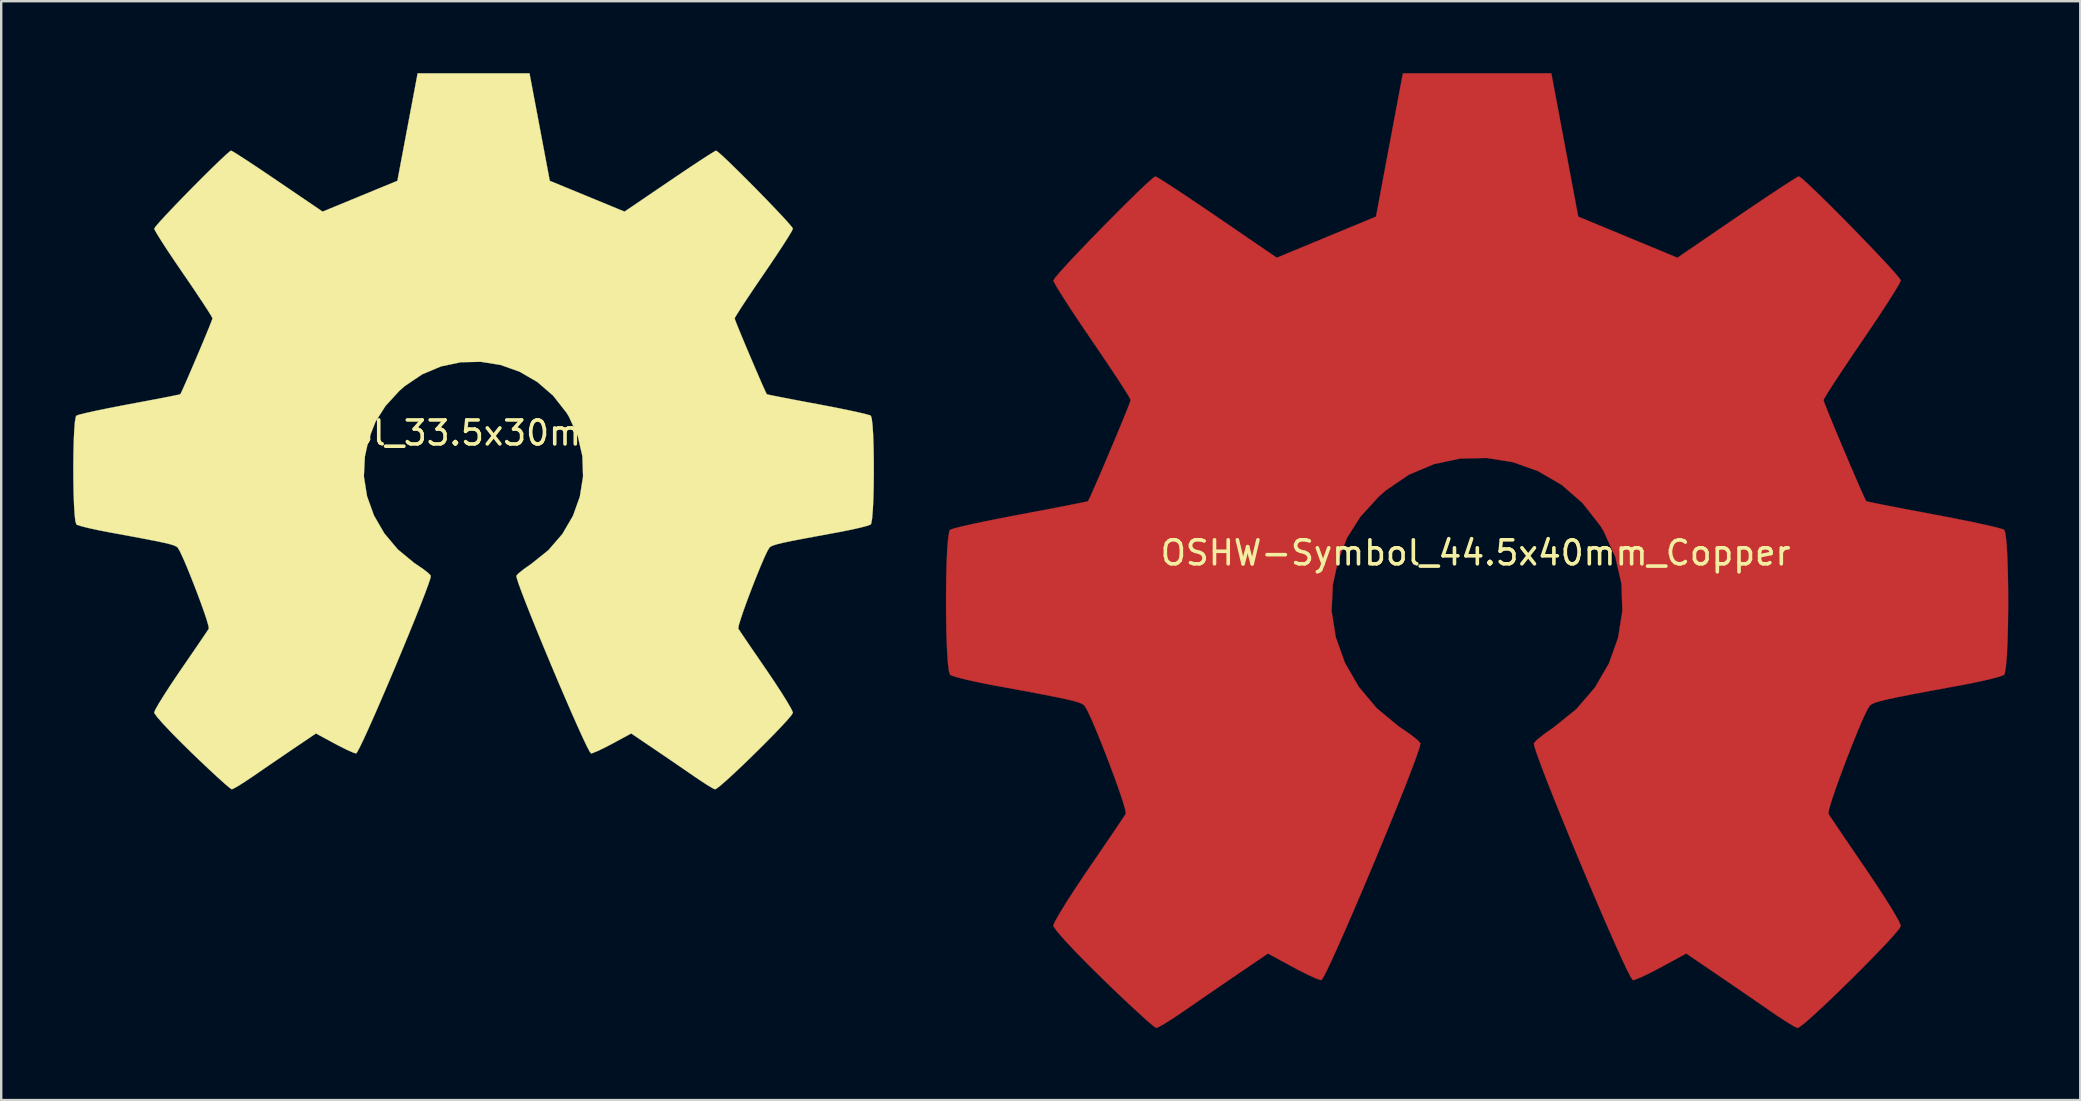
<source format=kicad_pcb>
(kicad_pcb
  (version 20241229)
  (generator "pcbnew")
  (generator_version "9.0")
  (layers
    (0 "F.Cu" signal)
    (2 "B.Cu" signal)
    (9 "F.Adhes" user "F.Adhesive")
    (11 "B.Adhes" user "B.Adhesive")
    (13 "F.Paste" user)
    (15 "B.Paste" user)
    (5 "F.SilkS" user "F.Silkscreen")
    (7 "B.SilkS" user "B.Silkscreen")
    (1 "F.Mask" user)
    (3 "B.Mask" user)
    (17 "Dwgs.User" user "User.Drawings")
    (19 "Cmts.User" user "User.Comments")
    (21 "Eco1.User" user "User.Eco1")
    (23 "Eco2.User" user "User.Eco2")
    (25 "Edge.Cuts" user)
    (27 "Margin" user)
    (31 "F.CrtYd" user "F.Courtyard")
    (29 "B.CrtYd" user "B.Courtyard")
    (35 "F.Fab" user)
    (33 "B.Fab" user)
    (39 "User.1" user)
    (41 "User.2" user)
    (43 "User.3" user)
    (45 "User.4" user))
  (footprint "OSHW-Symbol_44.5x40mm_Copper"
    (layer "F.Cu")
    (at 58.439 19.989)
    (property "Reference" "OSHW-Symbol_44.5x40mm_Copper" (at 0 0 0) (layer "F.SilkS") (effects (font (size 1 1) (thickness 0.15))))
    (attr exclude_from_pos_files exclude_from_bom)
    (fp_poly (pts (xy 3.714 -16.998) (xy 4.275 -14.012) (xy 6.342 -13.156) (xy 8.409 -12.299) (xy 10.888 -13.994) (xy 11.583 -14.466) (xy 12.21 -14.887) (xy 12.742 -15.238) (xy 13.148 -15.501) (xy 13.4 -15.655) (xy 13.469 -15.688) (xy 13.592 -15.603) (xy 13.857 -15.366) (xy 14.231 -15.009) (xy 14.688 -14.562) (xy 15.196 -14.054) (xy 15.726 -13.516) (xy 16.248 -12.978) (xy 16.733 -12.47) (xy 17.152 -12.023) (xy 17.475 -11.666) (xy 17.671 -11.431) (xy 17.718 -11.352) (xy 17.65 -11.207) (xy 17.461 -10.888) (xy 17.169 -10.428) (xy 16.796 -9.857) (xy 16.36 -9.207) (xy 16.107 -8.835) (xy 15.647 -8.158) (xy 15.238 -7.546) (xy 14.9 -7.032) (xy 14.653 -6.644) (xy 14.517 -6.413) (xy 14.497 -6.365) (xy 14.543 -6.227) (xy 14.669 -5.906) (xy 14.857 -5.448) (xy 15.086 -4.896) (xy 15.338 -4.296) (xy 15.594 -3.694) (xy 15.834 -3.134) (xy 16.04 -2.661) (xy 16.193 -2.322) (xy 16.273 -2.159) (xy 16.278 -2.153) (xy 16.403 -2.122) (xy 16.738 -2.053) (xy 17.247 -1.952) (xy 17.896 -1.827) (xy 18.65 -1.685) (xy 19.089 -1.602) (xy 19.895 -1.448) (xy 20.622 -1.302) (xy 21.235 -1.17) (xy 21.696 -1.063) (xy 21.969 -0.987) (xy 22.024 -0.963) (xy 22.077 -0.799) (xy 22.121 -0.43) (xy 22.154 0.101) (xy 22.176 0.752) (xy 22.189 1.479) (xy 22.191 2.239) (xy 22.183 2.989) (xy 22.165 3.686) (xy 22.136 4.286) (xy 22.097 4.747) (xy 22.049 5.025) (xy 22.02 5.082) (xy 21.845 5.152) (xy 21.475 5.251) (xy 20.958 5.368) (xy 20.344 5.492) (xy 20.13 5.532) (xy 19.097 5.722) (xy 18.28 5.875) (xy 17.654 5.998) (xy 17.191 6.095) (xy 16.864 6.174) (xy 16.646 6.24) (xy 16.511 6.299) (xy 16.431 6.358) (xy 16.42 6.37) (xy 16.308 6.557) (xy 16.137 6.922) (xy 15.924 7.419) (xy 15.687 8.005) (xy 15.441 8.634) (xy 15.206 9.261) (xy 14.996 9.843) (xy 14.831 10.334) (xy 14.726 10.689) (xy 14.698 10.865) (xy 14.7 10.871) (xy 14.794 11.014) (xy 15.005 11.33) (xy 15.313 11.785) (xy 15.695 12.346) (xy 16.128 12.981) (xy 16.252 13.162) (xy 16.692 13.816) (xy 17.079 14.413) (xy 17.393 14.918) (xy 17.611 15.298) (xy 17.713 15.517) (xy 17.718 15.544) (xy 17.632 15.686) (xy 17.395 15.966) (xy 17.037 16.356) (xy 16.588 16.824) (xy 16.08 17.34) (xy 15.542 17.875) (xy 15.005 18.398) (xy 14.5 18.879) (xy 14.057 19.288) (xy 13.706 19.595) (xy 13.479 19.769) (xy 13.416 19.797) (xy 13.27 19.73) (xy 12.97 19.549) (xy 12.566 19.286) (xy 12.255 19.073) (xy 11.692 18.684) (xy 11.024 18.225) (xy 10.355 17.767) (xy 9.995 17.522) (xy 8.777 16.694) (xy 7.755 17.249) (xy 7.289 17.493) (xy 6.893 17.682) (xy 6.625 17.79) (xy 6.557 17.805) (xy 6.475 17.694) (xy 6.313 17.381) (xy 6.083 16.894) (xy 5.798 16.263) (xy 5.469 15.516) (xy 5.109 14.682) (xy 4.729 13.79) (xy 4.342 12.869) (xy 3.96 11.949) (xy 3.595 11.056) (xy 3.258 10.222) (xy 2.963 9.474) (xy 2.721 8.841) (xy 2.544 8.353) (xy 2.444 8.038) (xy 2.428 7.93) (xy 2.555 7.792) (xy 2.834 7.568) (xy 3.206 7.305) (xy 3.237 7.284) (xy 4.199 6.51) (xy 4.974 5.608) (xy 5.556 4.606) (xy 5.939 3.532) (xy 6.115 2.416) (xy 6.079 1.286) (xy 5.822 0.172) (xy 5.339 -0.898) (xy 5.197 -1.132) (xy 4.457 -2.077) (xy 3.584 -2.836) (xy 2.607 -3.405) (xy 1.556 -3.78) (xy 0.462 -3.956) (xy -0.646 -3.931) (xy -1.736 -3.7) (xy -2.78 -3.259) (xy -3.745 -2.604) (xy -4.044 -2.338) (xy -4.804 -1.506) (xy -5.358 -0.63) (xy -5.738 0.351) (xy -5.95 1.324) (xy -6.002 2.417) (xy -5.828 3.515) (xy -5.445 4.582) (xy -4.871 5.58) (xy -4.123 6.472) (xy -3.22 7.221) (xy -3.102 7.3) (xy -2.726 7.559) (xy -2.44 7.783) (xy -2.303 7.926) (xy -2.301 7.93) (xy -2.33 8.085) (xy -2.447 8.436) (xy -2.638 8.955) (xy -2.892 9.612) (xy -3.197 10.379) (xy -3.54 11.227) (xy -3.91 12.127) (xy -4.294 13.05) (xy -4.681 13.967) (xy -5.058 14.85) (xy -5.413 15.669) (xy -5.734 16.396) (xy -6.009 17.001) (xy -6.226 17.456) (xy -6.374 17.732) (xy -6.433 17.805) (xy -6.614 17.748) (xy -6.952 17.597) (xy -7.39 17.378) (xy -7.631 17.249) (xy -8.653 16.694) (xy -9.871 17.522) (xy -10.493 17.946) (xy -11.174 18.413) (xy -11.812 18.852) (xy -12.131 19.073) (xy -12.581 19.377) (xy -12.961 19.617) (xy -13.223 19.764) (xy -13.308 19.795) (xy -13.432 19.711) (xy -13.706 19.477) (xy -14.104 19.117) (xy -14.599 18.656) (xy -15.165 18.117) (xy -15.522 17.772) (xy -16.148 17.154) (xy -16.689 16.601) (xy -17.123 16.137) (xy -17.428 15.786) (xy -17.583 15.571) (xy -17.598 15.527) (xy -17.529 15.361) (xy -17.338 15.026) (xy -17.048 14.554) (xy -16.678 13.981) (xy -16.25 13.34) (xy -16.128 13.162) (xy -15.684 12.512) (xy -15.286 11.928) (xy -14.956 11.441) (xy -14.716 11.084) (xy -14.589 10.891) (xy -14.576 10.871) (xy -14.595 10.717) (xy -14.693 10.378) (xy -14.853 9.899) (xy -15.058 9.325) (xy -15.292 8.7) (xy -15.537 8.069) (xy -15.776 7.477) (xy -15.992 6.968) (xy -16.168 6.588) (xy -16.287 6.38) (xy -16.296 6.37) (xy -16.368 6.31) (xy -16.491 6.251) (xy -16.691 6.187) (xy -16.995 6.111) (xy -17.43 6.018) (xy -18.024 5.901) (xy -18.802 5.754) (xy -19.792 5.571) (xy -20.006 5.532) (xy -20.641 5.409) (xy -21.195 5.288) (xy -21.619 5.182) (xy -21.863 5.101) (xy -21.896 5.082) (xy -21.95 4.916) (xy -21.993 4.545) (xy -22.027 4.012) (xy -22.051 3.36) (xy -22.064 2.632) (xy -22.067 1.872) (xy -22.06 1.122) (xy -22.043 0.427) (xy -22.015 -0.172) (xy -21.977 -0.631) (xy -21.929 -0.906) (xy -21.9 -0.963) (xy -21.738 -1.019) (xy -21.368 -1.112) (xy -20.828 -1.232) (xy -20.155 -1.372) (xy -19.385 -1.523) (xy -18.965 -1.602) (xy -18.169 -1.752) (xy -17.46 -1.887) (xy -16.871 -2.002) (xy -16.437 -2.089) (xy -16.194 -2.141) (xy -16.154 -2.153) (xy -16.086 -2.284) (xy -15.943 -2.6) (xy -15.744 -3.056) (xy -15.507 -3.606) (xy -15.253 -4.205) (xy -14.999 -4.809) (xy -14.765 -5.372) (xy -14.57 -5.848) (xy -14.433 -6.194) (xy -14.374 -6.363) (xy -14.373 -6.371) (xy -14.44 -6.504) (xy -14.63 -6.811) (xy -14.921 -7.262) (xy -15.295 -7.825) (xy -15.73 -8.47) (xy -15.983 -8.84) (xy -16.445 -9.52) (xy -16.855 -10.136) (xy -17.193 -10.66) (xy -17.44 -11.058) (xy -17.575 -11.299) (xy -17.594 -11.354) (xy -17.51 -11.48) (xy -17.278 -11.749) (xy -16.928 -12.132) (xy -16.489 -12.597) (xy -15.991 -13.116) (xy -15.464 -13.656) (xy -14.936 -14.189) (xy -14.438 -14.684) (xy -14 -15.111) (xy -13.651 -15.44) (xy -13.42 -15.64) (xy -13.342 -15.688) (xy -13.217 -15.621) (xy -12.916 -15.432) (xy -12.469 -15.141) (xy -11.906 -14.766) (xy -11.255 -14.328) (xy -10.764 -13.994) (xy -8.285 -12.299) (xy -6.218 -13.156) (xy -4.151 -14.012) (xy -3.591 -16.998) (xy -3.03 -19.984) (xy 3.154 -19.984) (xy 3.714 -16.998)) (stroke (width 0.01) (type solid)) (fill yes) (layer "F.Cu")))
  (footprint "OSHW-Symbol_33.5x30mm_SilkScreen"
    (layer "F.Cu")
    (at 16.637 14.993)
    (property "Reference" "OSHW-Symbol_33.5x30mm_SilkScreen" (at 0 0 0) (layer "F.SilkS") (effects (font (size 1 1) (thickness 0.15))))
    (attr exclude_from_pos_files exclude_from_bom)
    (fp_poly (pts (xy 2.8 -12.748) (xy 3.222 -10.509) (xy 4.779 -9.867) (xy 6.337 -9.225) (xy 8.206 -10.495) (xy 8.73 -10.849) (xy 9.203 -11.165) (xy 9.603 -11.429) (xy 9.91 -11.626) (xy 10.1 -11.741) (xy 10.151 -11.766) (xy 10.244 -11.702) (xy 10.443 -11.525) (xy 10.726 -11.257) (xy 11.07 -10.921) (xy 11.453 -10.54) (xy 11.852 -10.137) (xy 12.246 -9.733) (xy 12.612 -9.352) (xy 12.927 -9.017) (xy 13.17 -8.75) (xy 13.318 -8.573) (xy 13.354 -8.514) (xy 13.303 -8.405) (xy 13.16 -8.166) (xy 12.94 -7.821) (xy 12.658 -7.393) (xy 12.33 -6.905) (xy 12.14 -6.627) (xy 11.793 -6.118) (xy 11.485 -5.66) (xy 11.23 -5.274) (xy 11.044 -4.983) (xy 10.941 -4.81) (xy 10.926 -4.774) (xy 10.961 -4.67) (xy 11.056 -4.43) (xy 11.197 -4.086) (xy 11.37 -3.672) (xy 11.56 -3.222) (xy 11.753 -2.77) (xy 11.934 -2.35) (xy 12.089 -1.996) (xy 12.204 -1.741) (xy 12.265 -1.619) (xy 12.268 -1.615) (xy 12.363 -1.591) (xy 12.615 -1.54) (xy 12.999 -1.464) (xy 13.488 -1.37) (xy 14.056 -1.263) (xy 14.387 -1.202) (xy 14.994 -1.086) (xy 15.542 -0.976) (xy 16.004 -0.878) (xy 16.352 -0.797) (xy 16.557 -0.74) (xy 16.599 -0.722) (xy 16.639 -0.599) (xy 16.672 -0.323) (xy 16.697 0.076) (xy 16.714 0.564) (xy 16.723 1.11) (xy 16.725 1.68) (xy 16.719 2.242) (xy 16.705 2.765) (xy 16.683 3.215) (xy 16.654 3.56) (xy 16.618 3.768) (xy 16.596 3.812) (xy 16.464 3.864) (xy 16.185 3.938) (xy 15.796 4.026) (xy 15.333 4.119) (xy 15.172 4.149) (xy 14.393 4.292) (xy 13.777 4.407) (xy 13.305 4.498) (xy 12.956 4.571) (xy 12.71 4.63) (xy 12.546 4.68) (xy 12.444 4.724) (xy 12.384 4.768) (xy 12.375 4.777) (xy 12.291 4.918) (xy 12.162 5.191) (xy 12.002 5.565) (xy 11.823 6.004) (xy 11.638 6.475) (xy 11.46 6.946) (xy 11.302 7.382) (xy 11.178 7.75) (xy 11.098 8.017) (xy 11.078 8.149) (xy 11.079 8.153) (xy 11.15 8.261) (xy 11.309 8.497) (xy 11.541 8.839) (xy 11.829 9.26) (xy 12.156 9.736) (xy 12.249 9.871) (xy 12.58 10.362) (xy 12.872 10.81) (xy 13.108 11.189) (xy 13.273 11.473) (xy 13.35 11.638) (xy 13.354 11.658) (xy 13.289 11.764) (xy 13.11 11.975) (xy 12.84 12.267) (xy 12.502 12.618) (xy 12.119 13.005) (xy 11.714 13.406) (xy 11.309 13.799) (xy 10.928 14.159) (xy 10.594 14.466) (xy 10.33 14.696) (xy 10.159 14.826) (xy 10.112 14.848) (xy 10.001 14.798) (xy 9.775 14.662) (xy 9.471 14.464) (xy 9.236 14.305) (xy 8.812 14.013) (xy 8.309 13.669) (xy 7.804 13.325) (xy 7.533 13.141) (xy 6.615 12.52) (xy 5.845 12.937) (xy 5.494 13.12) (xy 5.195 13.261) (xy 4.993 13.342) (xy 4.942 13.354) (xy 4.88 13.27) (xy 4.758 13.036) (xy 4.585 12.671) (xy 4.37 12.197) (xy 4.122 11.637) (xy 3.851 11.011) (xy 3.564 10.343) (xy 3.273 9.652) (xy 2.985 8.961) (xy 2.709 8.292) (xy 2.456 7.666) (xy 2.233 7.105) (xy 2.051 6.631) (xy 1.917 6.265) (xy 1.842 6.029) (xy 1.83 5.948) (xy 1.926 5.844) (xy 2.136 5.676) (xy 2.416 5.479) (xy 2.44 5.463) (xy 3.164 4.883) (xy 3.749 4.206) (xy 4.188 3.454) (xy 4.476 2.649) (xy 4.609 1.812) (xy 4.581 0.965) (xy 4.388 0.129) (xy 4.024 -0.673) (xy 3.917 -0.849) (xy 3.36 -1.558) (xy 2.701 -2.127) (xy 1.965 -2.554) (xy 1.173 -2.835) (xy 0.348 -2.967) (xy -0.487 -2.948) (xy -1.309 -2.775) (xy -2.095 -2.444) (xy -2.823 -1.953) (xy -3.048 -1.754) (xy -3.621 -1.13) (xy -4.038 -0.473) (xy -4.325 0.263) (xy -4.484 0.993) (xy -4.524 1.813) (xy -4.392 2.636) (xy -4.104 3.437) (xy -3.671 4.185) (xy -3.108 4.854) (xy -2.427 5.416) (xy -2.338 5.475) (xy -2.054 5.669) (xy -1.839 5.837) (xy -1.736 5.944) (xy -1.734 5.948) (xy -1.756 6.064) (xy -1.844 6.327) (xy -1.988 6.716) (xy -2.18 7.209) (xy -2.409 7.784) (xy -2.668 8.42) (xy -2.947 9.095) (xy -3.236 9.788) (xy -3.528 10.476) (xy -3.812 11.137) (xy -4.079 11.752) (xy -4.322 12.297) (xy -4.529 12.751) (xy -4.693 13.092) (xy -4.804 13.299) (xy -4.848 13.354) (xy -4.985 13.311) (xy -5.24 13.198) (xy -5.57 13.033) (xy -5.751 12.937) (xy -6.522 12.52) (xy -7.44 13.141) (xy -7.908 13.459) (xy -8.421 13.809) (xy -8.902 14.139) (xy -9.143 14.305) (xy -9.482 14.532) (xy -9.768 14.713) (xy -9.966 14.823) (xy -10.03 14.846) (xy -10.123 14.783) (xy -10.33 14.608) (xy -10.63 14.338) (xy -11.003 13.992) (xy -11.429 13.588) (xy -11.699 13.329) (xy -12.17 12.865) (xy -12.578 12.451) (xy -12.905 12.103) (xy -13.135 11.84) (xy -13.252 11.678) (xy -13.263 11.646) (xy -13.211 11.521) (xy -13.068 11.269) (xy -12.848 10.916) (xy -12.57 10.486) (xy -12.247 10.005) (xy -12.155 9.871) (xy -11.821 9.384) (xy -11.521 8.946) (xy -11.272 8.581) (xy -11.091 8.313) (xy -10.995 8.168) (xy -10.986 8.153) (xy -11 8.038) (xy -11.074 7.783) (xy -11.194 7.424) (xy -11.349 6.994) (xy -11.525 6.525) (xy -11.71 6.052) (xy -11.89 5.608) (xy -12.053 5.226) (xy -12.186 4.941) (xy -12.275 4.785) (xy -12.282 4.777) (xy -12.337 4.733) (xy -12.429 4.688) (xy -12.58 4.64) (xy -12.809 4.583) (xy -13.137 4.513) (xy -13.584 4.426) (xy -14.17 4.315) (xy -14.917 4.178) (xy -15.078 4.149) (xy -15.557 4.056) (xy -15.974 3.966) (xy -16.294 3.886) (xy -16.478 3.826) (xy -16.502 3.812) (xy -16.543 3.687) (xy -16.576 3.409) (xy -16.601 3.009) (xy -16.619 2.52) (xy -16.629 1.974) (xy -16.632 1.404) (xy -16.626 0.842) (xy -16.613 0.32) (xy -16.592 -0.129) (xy -16.564 -0.473) (xy -16.527 -0.68) (xy -16.505 -0.722) (xy -16.383 -0.765) (xy -16.105 -0.834) (xy -15.698 -0.924) (xy -15.19 -1.029) (xy -14.61 -1.142) (xy -14.294 -1.202) (xy -13.694 -1.314) (xy -13.159 -1.415) (xy -12.715 -1.501) (xy -12.388 -1.567) (xy -12.205 -1.606) (xy -12.175 -1.615) (xy -12.124 -1.713) (xy -12.016 -1.95) (xy -11.866 -2.292) (xy -11.688 -2.704) (xy -11.496 -3.154) (xy -11.304 -3.607) (xy -11.128 -4.029) (xy -10.981 -4.386) (xy -10.878 -4.645) (xy -10.833 -4.772) (xy -10.832 -4.778) (xy -10.883 -4.878) (xy -11.026 -5.108) (xy -11.246 -5.446) (xy -11.527 -5.868) (xy -11.855 -6.352) (xy -12.046 -6.63) (xy -12.394 -7.14) (xy -12.703 -7.602) (xy -12.958 -7.995) (xy -13.144 -8.293) (xy -13.246 -8.475) (xy -13.26 -8.515) (xy -13.197 -8.61) (xy -13.022 -8.812) (xy -12.758 -9.099) (xy -12.428 -9.448) (xy -12.052 -9.837) (xy -11.655 -10.242) (xy -11.257 -10.642) (xy -10.882 -11.013) (xy -10.551 -11.333) (xy -10.288 -11.58) (xy -10.114 -11.73) (xy -10.056 -11.766) (xy -9.961 -11.716) (xy -9.734 -11.574) (xy -9.398 -11.356) (xy -8.973 -11.075) (xy -8.483 -10.746) (xy -8.113 -10.495) (xy -6.244 -9.225) (xy -4.686 -9.867) (xy -3.128 -10.509) (xy -2.706 -12.748) (xy -2.284 -14.988) (xy 2.377 -14.988) (xy 2.8 -12.748)) (stroke (width 0.01) (type solid)) (fill yes) (layer "F.SilkS")))
  (gr_rect
    (start -3 -3)
    (end 83.635 42.791)
    (stroke (width 0.1) (type default))
    (fill no)
    (layer "Edge.Cuts")))
</source>
